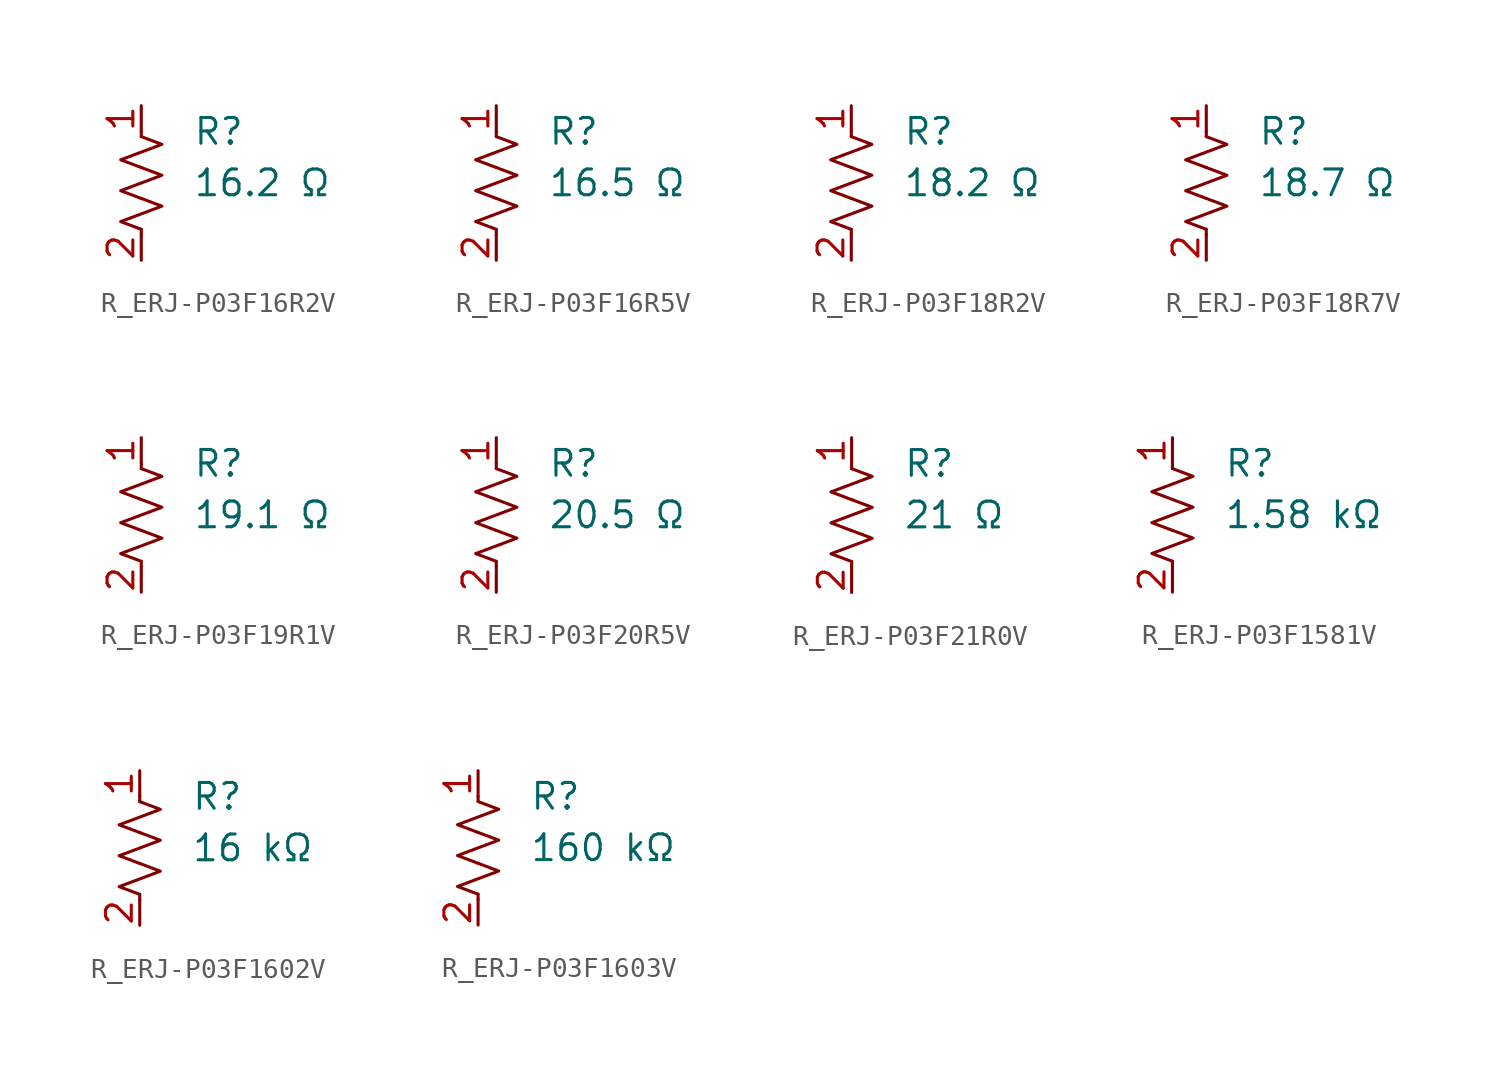
<source format=kicad_sym>
(kicad_symbol_lib
  (version 20231120)
  (generator "kicad_symbol_editor")
  (generator_version "8.0")
  (symbol "R_ERJ-P03F16R2V"
    (pin_names
      (offset 0.254))
    (property "Value" "16.2 Ω"
      (at 2.54 0 0)
      (effects (font (size 1.27 1.27)) (justify left)))
    (property "Reference" "R"
      (at 2.54 2.54 0)
      (effects (font (size 1.27 1.27)) (justify left)))
    (symbol "R_ERJ-P03F16R2V_0_1"
      (polyline (pts (xy 0 -2.286) (xy 0 -2.54)) (stroke (width 0) (type default)) (fill (type none)))
      (polyline (pts (xy 0 2.286) (xy 0 2.54)) (stroke (width 0) (type default)) (fill (type none)))
      (polyline (pts (xy 0 -0.762) (xy 1.016 -1.143) (xy 0 -1.524) (xy -1.016 -1.905) (xy 0 -2.286)) (stroke (width 0) (type default)) (fill (type none)))
      (polyline (pts (xy 0 0.762) (xy 1.016 0.381) (xy 0 0) (xy -1.016 -0.381) (xy 0 -0.762)) (stroke (width 0) (type default)) (fill (type none)))
      (polyline (pts (xy 0 2.286) (xy 1.016 1.905) (xy 0 1.524) (xy -1.016 1.143) (xy 0 0.762)) (stroke (width 0) (type default)) (fill (type none))))
    (symbol "R_ERJ-P03F16R2V_1_1"
      (pin passive line (at 0 3.81 270) (length 1.27) (name "~" (effects (font (size 1.27 1.27)))) (number "1" (effects (font (size 1.27 1.27)))))
      (pin passive line (at 0 -3.81 90) (length 1.27) (name "~" (effects (font (size 1.27 1.27)))) (number "2" (effects (font (size 1.27 1.27)))))))
  (symbol "R_ERJ-P03F16R5V"
    (pin_names
      (offset 0.254))
    (property "Value" "16.5 Ω"
      (at 2.54 0 0)
      (effects (font (size 1.27 1.27)) (justify left)))
    (property "Reference" "R"
      (at 2.54 2.54 0)
      (effects (font (size 1.27 1.27)) (justify left)))
    (symbol "R_ERJ-P03F16R5V_0_1"
      (polyline (pts (xy 0 -2.286) (xy 0 -2.54)) (stroke (width 0) (type default)) (fill (type none)))
      (polyline (pts (xy 0 2.286) (xy 0 2.54)) (stroke (width 0) (type default)) (fill (type none)))
      (polyline (pts (xy 0 -0.762) (xy 1.016 -1.143) (xy 0 -1.524) (xy -1.016 -1.905) (xy 0 -2.286)) (stroke (width 0) (type default)) (fill (type none)))
      (polyline (pts (xy 0 0.762) (xy 1.016 0.381) (xy 0 0) (xy -1.016 -0.381) (xy 0 -0.762)) (stroke (width 0) (type default)) (fill (type none)))
      (polyline (pts (xy 0 2.286) (xy 1.016 1.905) (xy 0 1.524) (xy -1.016 1.143) (xy 0 0.762)) (stroke (width 0) (type default)) (fill (type none))))
    (symbol "R_ERJ-P03F16R5V_1_1"
      (pin passive line (at 0 3.81 270) (length 1.27) (name "~" (effects (font (size 1.27 1.27)))) (number "1" (effects (font (size 1.27 1.27)))))
      (pin passive line (at 0 -3.81 90) (length 1.27) (name "~" (effects (font (size 1.27 1.27)))) (number "2" (effects (font (size 1.27 1.27)))))))
  (symbol "R_ERJ-P03F18R2V"
    (pin_names
      (offset 0.254))
    (property "Value" "18.2 Ω"
      (at 2.54 0 0)
      (effects (font (size 1.27 1.27)) (justify left)))
    (property "Reference" "R"
      (at 2.54 2.54 0)
      (effects (font (size 1.27 1.27)) (justify left)))
    (symbol "R_ERJ-P03F18R2V_0_1"
      (polyline (pts (xy 0 -2.286) (xy 0 -2.54)) (stroke (width 0) (type default)) (fill (type none)))
      (polyline (pts (xy 0 2.286) (xy 0 2.54)) (stroke (width 0) (type default)) (fill (type none)))
      (polyline (pts (xy 0 -0.762) (xy 1.016 -1.143) (xy 0 -1.524) (xy -1.016 -1.905) (xy 0 -2.286)) (stroke (width 0) (type default)) (fill (type none)))
      (polyline (pts (xy 0 0.762) (xy 1.016 0.381) (xy 0 0) (xy -1.016 -0.381) (xy 0 -0.762)) (stroke (width 0) (type default)) (fill (type none)))
      (polyline (pts (xy 0 2.286) (xy 1.016 1.905) (xy 0 1.524) (xy -1.016 1.143) (xy 0 0.762)) (stroke (width 0) (type default)) (fill (type none))))
    (symbol "R_ERJ-P03F18R2V_1_1"
      (pin passive line (at 0 3.81 270) (length 1.27) (name "~" (effects (font (size 1.27 1.27)))) (number "1" (effects (font (size 1.27 1.27)))))
      (pin passive line (at 0 -3.81 90) (length 1.27) (name "~" (effects (font (size 1.27 1.27)))) (number "2" (effects (font (size 1.27 1.27)))))))
  (symbol "R_ERJ-P03F18R7V"
    (pin_names
      (offset 0.254))
    (property "Value" "18.7 Ω"
      (at 2.54 0 0)
      (effects (font (size 1.27 1.27)) (justify left)))
    (property "Reference" "R"
      (at 2.54 2.54 0)
      (effects (font (size 1.27 1.27)) (justify left)))
    (symbol "R_ERJ-P03F18R7V_0_1"
      (polyline (pts (xy 0 -2.286) (xy 0 -2.54)) (stroke (width 0) (type default)) (fill (type none)))
      (polyline (pts (xy 0 2.286) (xy 0 2.54)) (stroke (width 0) (type default)) (fill (type none)))
      (polyline (pts (xy 0 -0.762) (xy 1.016 -1.143) (xy 0 -1.524) (xy -1.016 -1.905) (xy 0 -2.286)) (stroke (width 0) (type default)) (fill (type none)))
      (polyline (pts (xy 0 0.762) (xy 1.016 0.381) (xy 0 0) (xy -1.016 -0.381) (xy 0 -0.762)) (stroke (width 0) (type default)) (fill (type none)))
      (polyline (pts (xy 0 2.286) (xy 1.016 1.905) (xy 0 1.524) (xy -1.016 1.143) (xy 0 0.762)) (stroke (width 0) (type default)) (fill (type none))))
    (symbol "R_ERJ-P03F18R7V_1_1"
      (pin passive line (at 0 3.81 270) (length 1.27) (name "~" (effects (font (size 1.27 1.27)))) (number "1" (effects (font (size 1.27 1.27)))))
      (pin passive line (at 0 -3.81 90) (length 1.27) (name "~" (effects (font (size 1.27 1.27)))) (number "2" (effects (font (size 1.27 1.27)))))))
  (symbol "R_ERJ-P03F19R1V"
    (pin_names
      (offset 0.254))
    (property "Value" "19.1 Ω"
      (at 2.54 0 0)
      (effects (font (size 1.27 1.27)) (justify left)))
    (property "Reference" "R"
      (at 2.54 2.54 0)
      (effects (font (size 1.27 1.27)) (justify left)))
    (symbol "R_ERJ-P03F19R1V_0_1"
      (polyline (pts (xy 0 -2.286) (xy 0 -2.54)) (stroke (width 0) (type default)) (fill (type none)))
      (polyline (pts (xy 0 2.286) (xy 0 2.54)) (stroke (width 0) (type default)) (fill (type none)))
      (polyline (pts (xy 0 -0.762) (xy 1.016 -1.143) (xy 0 -1.524) (xy -1.016 -1.905) (xy 0 -2.286)) (stroke (width 0) (type default)) (fill (type none)))
      (polyline (pts (xy 0 0.762) (xy 1.016 0.381) (xy 0 0) (xy -1.016 -0.381) (xy 0 -0.762)) (stroke (width 0) (type default)) (fill (type none)))
      (polyline (pts (xy 0 2.286) (xy 1.016 1.905) (xy 0 1.524) (xy -1.016 1.143) (xy 0 0.762)) (stroke (width 0) (type default)) (fill (type none))))
    (symbol "R_ERJ-P03F19R1V_1_1"
      (pin passive line (at 0 3.81 270) (length 1.27) (name "~" (effects (font (size 1.27 1.27)))) (number "1" (effects (font (size 1.27 1.27)))))
      (pin passive line (at 0 -3.81 90) (length 1.27) (name "~" (effects (font (size 1.27 1.27)))) (number "2" (effects (font (size 1.27 1.27)))))))
  (symbol "R_ERJ-P03F20R5V"
    (pin_names
      (offset 0.254))
    (property "Value" "20.5 Ω"
      (at 2.54 0 0)
      (effects (font (size 1.27 1.27)) (justify left)))
    (property "Reference" "R"
      (at 2.54 2.54 0)
      (effects (font (size 1.27 1.27)) (justify left)))
    (symbol "R_ERJ-P03F20R5V_0_1"
      (polyline (pts (xy 0 -2.286) (xy 0 -2.54)) (stroke (width 0) (type default)) (fill (type none)))
      (polyline (pts (xy 0 2.286) (xy 0 2.54)) (stroke (width 0) (type default)) (fill (type none)))
      (polyline (pts (xy 0 -0.762) (xy 1.016 -1.143) (xy 0 -1.524) (xy -1.016 -1.905) (xy 0 -2.286)) (stroke (width 0) (type default)) (fill (type none)))
      (polyline (pts (xy 0 0.762) (xy 1.016 0.381) (xy 0 0) (xy -1.016 -0.381) (xy 0 -0.762)) (stroke (width 0) (type default)) (fill (type none)))
      (polyline (pts (xy 0 2.286) (xy 1.016 1.905) (xy 0 1.524) (xy -1.016 1.143) (xy 0 0.762)) (stroke (width 0) (type default)) (fill (type none))))
    (symbol "R_ERJ-P03F20R5V_1_1"
      (pin passive line (at 0 3.81 270) (length 1.27) (name "~" (effects (font (size 1.27 1.27)))) (number "1" (effects (font (size 1.27 1.27)))))
      (pin passive line (at 0 -3.81 90) (length 1.27) (name "~" (effects (font (size 1.27 1.27)))) (number "2" (effects (font (size 1.27 1.27)))))))
  (symbol "R_ERJ-P03F21R0V"
    (pin_names
      (offset 0.254))
    (property "Value" "21 Ω"
      (at 2.54 0 0)
      (effects (font (size 1.27 1.27)) (justify left)))
    (property "Reference" "R"
      (at 2.54 2.54 0)
      (effects (font (size 1.27 1.27)) (justify left)))
    (symbol "R_ERJ-P03F21R0V_0_1"
      (polyline (pts (xy 0 -2.286) (xy 0 -2.54)) (stroke (width 0) (type default)) (fill (type none)))
      (polyline (pts (xy 0 2.286) (xy 0 2.54)) (stroke (width 0) (type default)) (fill (type none)))
      (polyline (pts (xy 0 -0.762) (xy 1.016 -1.143) (xy 0 -1.524) (xy -1.016 -1.905) (xy 0 -2.286)) (stroke (width 0) (type default)) (fill (type none)))
      (polyline (pts (xy 0 0.762) (xy 1.016 0.381) (xy 0 0) (xy -1.016 -0.381) (xy 0 -0.762)) (stroke (width 0) (type default)) (fill (type none)))
      (polyline (pts (xy 0 2.286) (xy 1.016 1.905) (xy 0 1.524) (xy -1.016 1.143) (xy 0 0.762)) (stroke (width 0) (type default)) (fill (type none))))
    (symbol "R_ERJ-P03F21R0V_1_1"
      (pin passive line (at 0 3.81 270) (length 1.27) (name "~" (effects (font (size 1.27 1.27)))) (number "1" (effects (font (size 1.27 1.27)))))
      (pin passive line (at 0 -3.81 90) (length 1.27) (name "~" (effects (font (size 1.27 1.27)))) (number "2" (effects (font (size 1.27 1.27)))))))
  (symbol "R_ERJ-P03F1581V"
    (pin_names
      (offset 0.254))
    (property "Value" "1.58 kΩ"
      (at 2.54 0 0)
      (effects (font (size 1.27 1.27)) (justify left)))
    (property "Reference" "R"
      (at 2.54 2.54 0)
      (effects (font (size 1.27 1.27)) (justify left)))
    (symbol "R_ERJ-P03F1581V_0_1"
      (polyline (pts (xy 0 -2.286) (xy 0 -2.54)) (stroke (width 0) (type default)) (fill (type none)))
      (polyline (pts (xy 0 2.286) (xy 0 2.54)) (stroke (width 0) (type default)) (fill (type none)))
      (polyline (pts (xy 0 -0.762) (xy 1.016 -1.143) (xy 0 -1.524) (xy -1.016 -1.905) (xy 0 -2.286)) (stroke (width 0) (type default)) (fill (type none)))
      (polyline (pts (xy 0 0.762) (xy 1.016 0.381) (xy 0 0) (xy -1.016 -0.381) (xy 0 -0.762)) (stroke (width 0) (type default)) (fill (type none)))
      (polyline (pts (xy 0 2.286) (xy 1.016 1.905) (xy 0 1.524) (xy -1.016 1.143) (xy 0 0.762)) (stroke (width 0) (type default)) (fill (type none))))
    (symbol "R_ERJ-P03F1581V_1_1"
      (pin passive line (at 0 3.81 270) (length 1.27) (name "~" (effects (font (size 1.27 1.27)))) (number "1" (effects (font (size 1.27 1.27)))))
      (pin passive line (at 0 -3.81 90) (length 1.27) (name "~" (effects (font (size 1.27 1.27)))) (number "2" (effects (font (size 1.27 1.27)))))))
  (symbol "R_ERJ-P03F1602V"
    (pin_names
      (offset 0.254))
    (property "Value" "16 kΩ"
      (at 2.54 0 0)
      (effects (font (size 1.27 1.27)) (justify left)))
    (property "Reference" "R"
      (at 2.54 2.54 0)
      (effects (font (size 1.27 1.27)) (justify left)))
    (symbol "R_ERJ-P03F1602V_0_1"
      (polyline (pts (xy 0 -2.286) (xy 0 -2.54)) (stroke (width 0) (type default)) (fill (type none)))
      (polyline (pts (xy 0 2.286) (xy 0 2.54)) (stroke (width 0) (type default)) (fill (type none)))
      (polyline (pts (xy 0 -0.762) (xy 1.016 -1.143) (xy 0 -1.524) (xy -1.016 -1.905) (xy 0 -2.286)) (stroke (width 0) (type default)) (fill (type none)))
      (polyline (pts (xy 0 0.762) (xy 1.016 0.381) (xy 0 0) (xy -1.016 -0.381) (xy 0 -0.762)) (stroke (width 0) (type default)) (fill (type none)))
      (polyline (pts (xy 0 2.286) (xy 1.016 1.905) (xy 0 1.524) (xy -1.016 1.143) (xy 0 0.762)) (stroke (width 0) (type default)) (fill (type none))))
    (symbol "R_ERJ-P03F1602V_1_1"
      (pin passive line (at 0 3.81 270) (length 1.27) (name "~" (effects (font (size 1.27 1.27)))) (number "1" (effects (font (size 1.27 1.27)))))
      (pin passive line (at 0 -3.81 90) (length 1.27) (name "~" (effects (font (size 1.27 1.27)))) (number "2" (effects (font (size 1.27 1.27)))))))
  (symbol "R_ERJ-P03F1603V"
    (pin_names
      (offset 0.254))
    (property "Value" "160 kΩ"
      (at 2.54 0 0)
      (effects (font (size 1.27 1.27)) (justify left)))
    (property "Reference" "R"
      (at 2.54 2.54 0)
      (effects (font (size 1.27 1.27)) (justify left)))
    (symbol "R_ERJ-P03F1603V_0_1"
      (polyline (pts (xy 0 -2.286) (xy 0 -2.54)) (stroke (width 0) (type default)) (fill (type none)))
      (polyline (pts (xy 0 2.286) (xy 0 2.54)) (stroke (width 0) (type default)) (fill (type none)))
      (polyline (pts (xy 0 -0.762) (xy 1.016 -1.143) (xy 0 -1.524) (xy -1.016 -1.905) (xy 0 -2.286)) (stroke (width 0) (type default)) (fill (type none)))
      (polyline (pts (xy 0 0.762) (xy 1.016 0.381) (xy 0 0) (xy -1.016 -0.381) (xy 0 -0.762)) (stroke (width 0) (type default)) (fill (type none)))
      (polyline (pts (xy 0 2.286) (xy 1.016 1.905) (xy 0 1.524) (xy -1.016 1.143) (xy 0 0.762)) (stroke (width 0) (type default)) (fill (type none))))
    (symbol "R_ERJ-P03F1603V_1_1"
      (pin passive line (at 0 3.81 270) (length 1.27) (name "~" (effects (font (size 1.27 1.27)))) (number "1" (effects (font (size 1.27 1.27)))))
      (pin passive line (at 0 -3.81 90) (length 1.27) (name "~" (effects (font (size 1.27 1.27)))) (number "2" (effects (font (size 1.27 1.27))))))))
</source>
